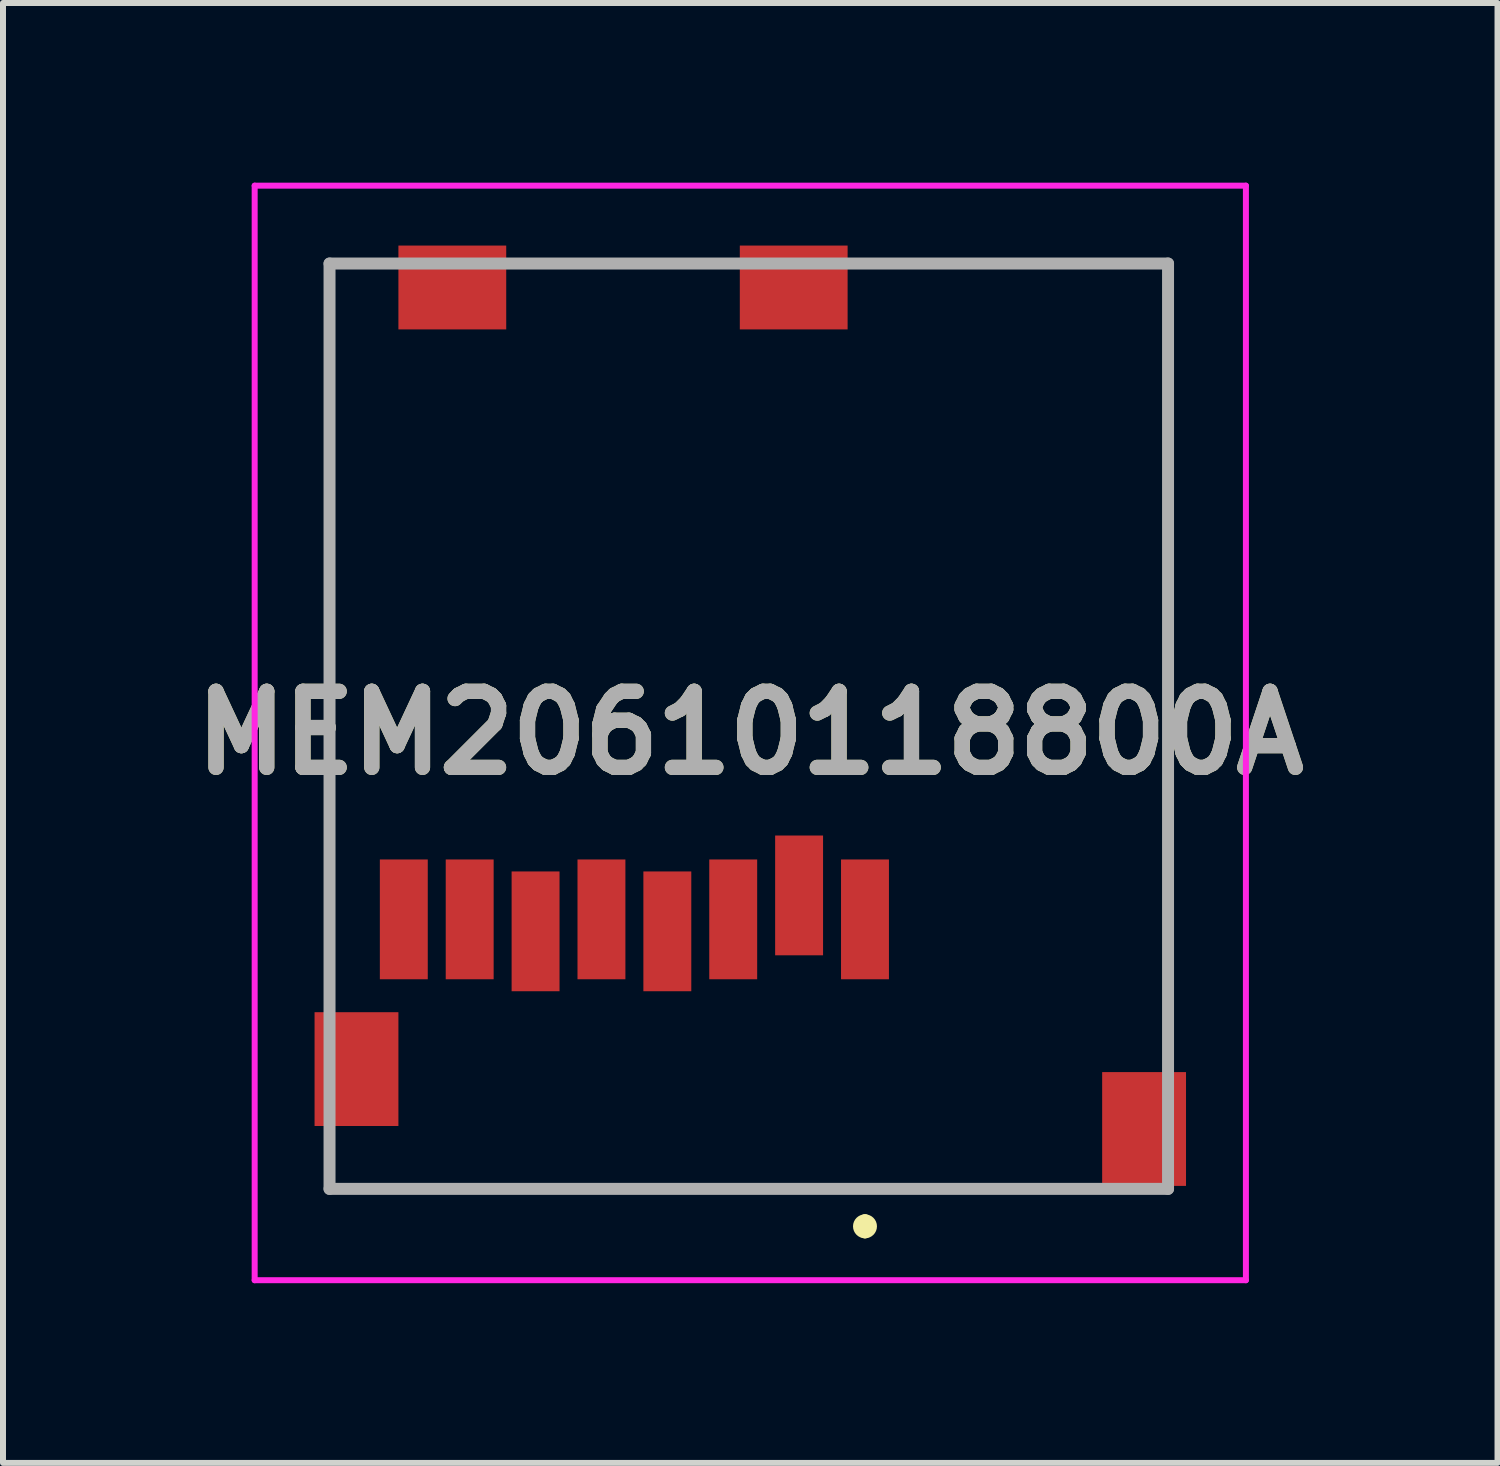
<source format=kicad_pcb>
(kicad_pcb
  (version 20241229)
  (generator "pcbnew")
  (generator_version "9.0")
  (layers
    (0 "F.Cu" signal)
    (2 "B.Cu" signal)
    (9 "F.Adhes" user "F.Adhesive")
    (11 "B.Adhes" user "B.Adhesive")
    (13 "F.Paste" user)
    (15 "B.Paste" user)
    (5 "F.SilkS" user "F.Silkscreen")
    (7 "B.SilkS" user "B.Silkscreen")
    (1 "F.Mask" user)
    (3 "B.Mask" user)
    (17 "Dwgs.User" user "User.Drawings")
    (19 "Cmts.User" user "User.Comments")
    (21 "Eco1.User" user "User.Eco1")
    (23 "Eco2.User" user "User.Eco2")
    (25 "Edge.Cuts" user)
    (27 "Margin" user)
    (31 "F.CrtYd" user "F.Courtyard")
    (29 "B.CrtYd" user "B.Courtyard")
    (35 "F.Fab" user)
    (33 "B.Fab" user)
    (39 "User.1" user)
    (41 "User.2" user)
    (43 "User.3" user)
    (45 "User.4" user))
  (footprint "MEM20610118800A"
    (layer "F.Cu")
    (at 3.692 12.3)
    (property "Reference" "MEM20610118800A" (at 5.785 -3.112 0) (layer "F.SilkS") (effects (font (size 1.27 1.27) (thickness 0.254))))
    (attr smd)
    (fp_line (start -1.24 -10.95) (end -0.64 -10.95) (stroke (width 0.1) (type solid)) (layer "F.SilkS"))
    (fp_line (start -1.24 1.025) (end -1.24 -10.95) (stroke (width 0.1) (type solid)) (layer "F.SilkS"))
    (fp_line (start -1.24 4.5) (end 11.26 4.5) (stroke (width 0.1) (type solid)) (layer "F.SilkS"))
    (fp_line (start 7.7 5.025) (end 7.7 5.025) (stroke (width 0.2) (type solid)) (layer "F.SilkS"))
    (fp_line (start 7.7 5.225) (end 7.7 5.225) (stroke (width 0.2) (type solid)) (layer "F.SilkS"))
    (fp_line (start 7.76 -10.95) (end 12.76 -10.95) (stroke (width 0.1) (type solid)) (layer "F.SilkS"))
    (fp_line (start 12.76 -10.95) (end 12.76 2.825) (stroke (width 0.1) (type solid)) (layer "F.SilkS"))
    (fp_arc (start 7.7 5.025) (mid 7.8 5.125) (end 7.7 5.225) (stroke (width 0.2) (type solid)) (layer "F.SilkS"))
    (fp_arc (start 7.7 5.225) (mid 7.6 5.125) (end 7.7 5.025) (stroke (width 0.2) (type solid)) (layer "F.SilkS"))
    (fp_line (start -2.49 -12.25) (end 14.06 -12.25) (stroke (width 0.1) (type solid)) (layer "F.CrtYd"))
    (fp_line (start -2.49 6.025) (end -2.49 -12.25) (stroke (width 0.1) (type solid)) (layer "F.CrtYd"))
    (fp_line (start 14.06 -12.25) (end 14.06 6.025) (stroke (width 0.1) (type solid)) (layer "F.CrtYd"))
    (fp_line (start 14.06 6.025) (end -2.49 6.025) (stroke (width 0.1) (type solid)) (layer "F.CrtYd"))
    (fp_line (start -1.24 -10.95) (end 12.76 -10.95) (stroke (width 0.2) (type solid)) (layer "F.Fab"))
    (fp_line (start -1.24 4.5) (end -1.24 -10.95) (stroke (width 0.2) (type solid)) (layer "F.Fab"))
    (fp_line (start 12.76 -10.95) (end 12.76 4.5) (stroke (width 0.2) (type solid)) (layer "F.Fab"))
    (fp_line (start 12.76 4.5) (end -1.24 4.5) (stroke (width 0.2) (type solid)) (layer "F.Fab"))
    (fp_text user "${REFERENCE}" (at 5.785 -3.112 0) (layer "F.Fab") (effects (font (size 1.27 1.27) (thickness 0.254))))
    (pad "CD1" smd rect (at 6.51 -10.55 90) (size 1.4 1.8) (layers "F.Cu" "F.Mask" "F.Paste"))
    (pad "CD2" smd rect (at 0.81 -10.55 90) (size 1.4 1.8) (layers "F.Cu" "F.Mask" "F.Paste"))
    (pad "G1" smd rect (at 12.36 3.5) (size 1.4 1.9) (layers "F.Cu" "F.Mask" "F.Paste"))
    (pad "G2" smd rect (at -0.79 2.5) (size 1.4 1.9) (layers "F.Cu" "F.Mask" "F.Paste"))
    (pad "P1" smd rect (at 7.7 0) (size 0.8 2) (layers "F.Cu" "F.Mask" "F.Paste"))
    (pad "P2" smd rect (at 6.6 -0.4) (size 0.8 2) (layers "F.Cu" "F.Mask" "F.Paste"))
    (pad "P3" smd rect (at 5.5 0) (size 0.8 2) (layers "F.Cu" "F.Mask" "F.Paste"))
    (pad "P4" smd rect (at 4.4 0.2) (size 0.8 2) (layers "F.Cu" "F.Mask" "F.Paste"))
    (pad "P5" smd rect (at 3.3 0) (size 0.8 2) (layers "F.Cu" "F.Mask" "F.Paste"))
    (pad "P6" smd rect (at 2.2 0.2) (size 0.8 2) (layers "F.Cu" "F.Mask" "F.Paste"))
    (pad "P7" smd rect (at 1.1 0) (size 0.8 2) (layers "F.Cu" "F.Mask" "F.Paste"))
    (pad "P8" smd rect (at 0 0) (size 0.8 2) (layers "F.Cu" "F.Mask" "F.Paste")))
  (gr_rect
    (start -3 -3)
    (end 21.953 21.375)
    (stroke (width 0.1) (type default))
    (fill no)
    (layer "Edge.Cuts")))
</source>
